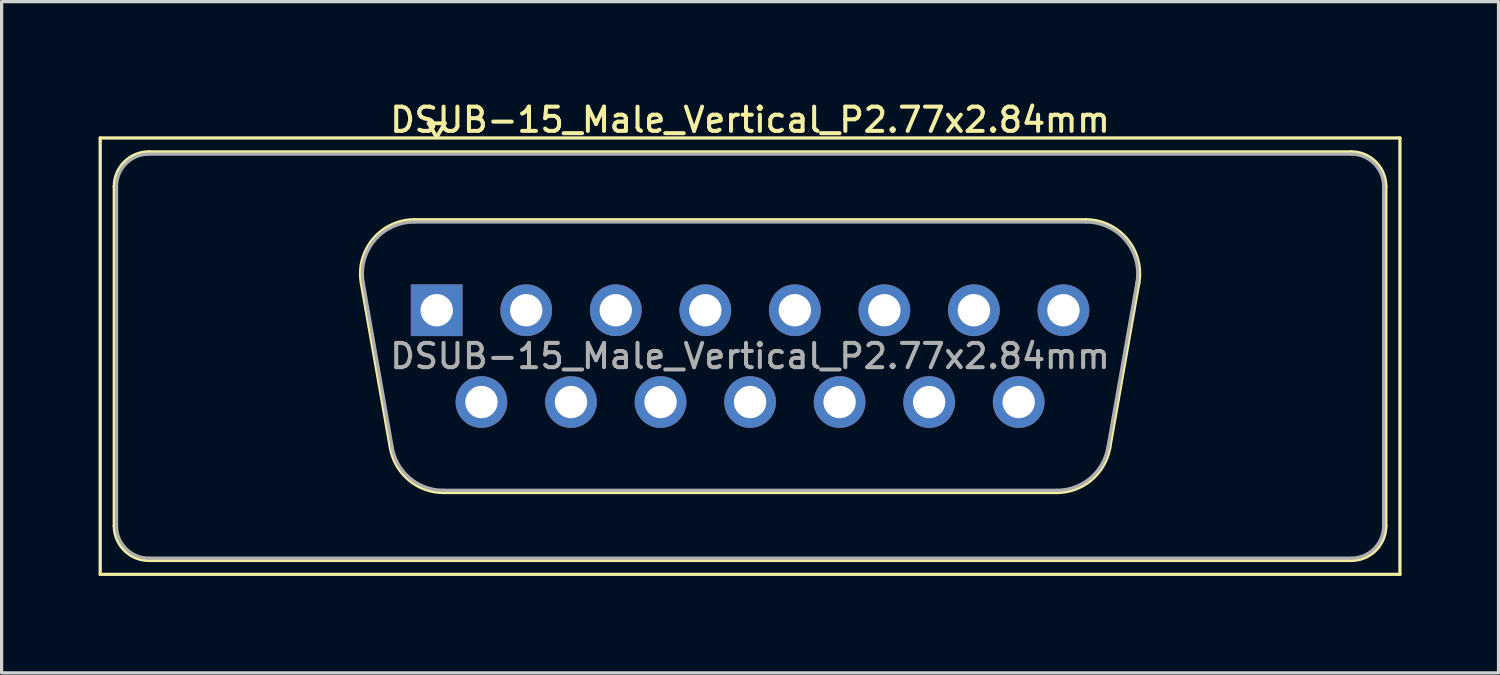
<source format=kicad_pcb>
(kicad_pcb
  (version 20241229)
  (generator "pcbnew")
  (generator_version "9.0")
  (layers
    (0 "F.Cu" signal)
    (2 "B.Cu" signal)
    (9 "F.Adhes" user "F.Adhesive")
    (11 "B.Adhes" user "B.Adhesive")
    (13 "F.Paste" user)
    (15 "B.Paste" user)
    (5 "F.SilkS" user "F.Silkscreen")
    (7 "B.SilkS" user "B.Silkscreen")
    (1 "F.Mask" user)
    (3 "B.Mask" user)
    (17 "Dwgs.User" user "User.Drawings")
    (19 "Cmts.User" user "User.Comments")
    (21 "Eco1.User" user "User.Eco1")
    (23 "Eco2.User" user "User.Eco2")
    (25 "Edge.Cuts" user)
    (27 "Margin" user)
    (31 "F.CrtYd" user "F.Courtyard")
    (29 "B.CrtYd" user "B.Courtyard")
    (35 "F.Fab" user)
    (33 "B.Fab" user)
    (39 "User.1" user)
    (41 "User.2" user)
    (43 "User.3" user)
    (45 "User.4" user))
  (footprint "DSUB-15_Male_Vertical_P2.77x2.84mm"
    (layer "F.Cu")
    (at 10.46 6.548)
    (property "Reference" "DSUB-15_Male_Vertical_P2.77x2.84mm" (at 9.695 -5.89 0) (layer "F.SilkS") (effects (font (size 0.75 0.75) (thickness 0.125))))
    (attr through_hole)
    (fp_line (start -10.41 -5.33) (end -10.41 8.17) (stroke (width 0.1) (type solid)) (layer "F.SilkS"))
    (fp_line (start -10.41 8.17) (end 29.8 8.17) (stroke (width 0.1) (type solid)) (layer "F.SilkS"))
    (fp_line (start -9.965 6.67) (end -9.965 -3.83) (stroke (width 0.12) (type solid)) (layer "F.SilkS"))
    (fp_line (start -8.905 -4.89) (end 28.295 -4.89) (stroke (width 0.12) (type solid)) (layer "F.SilkS"))
    (fp_line (start -2.321 -0.842) (end -1.422 4.258) (stroke (width 0.12) (type solid)) (layer "F.SilkS"))
    (fp_line (start -0.687 -2.79) (end 20.077 -2.79) (stroke (width 0.12) (type solid)) (layer "F.SilkS"))
    (fp_line (start -0.25 -5.784) (end 0.25 -5.784) (stroke (width 0.12) (type solid)) (layer "F.SilkS"))
    (fp_line (start 0 -5.351) (end -0.25 -5.784) (stroke (width 0.12) (type solid)) (layer "F.SilkS"))
    (fp_line (start 0.213 5.63) (end 19.177 5.63) (stroke (width 0.12) (type solid)) (layer "F.SilkS"))
    (fp_line (start 0.25 -5.784) (end 0 -5.351) (stroke (width 0.12) (type solid)) (layer "F.SilkS"))
    (fp_line (start 21.711 -0.842) (end 20.812 4.258) (stroke (width 0.12) (type solid)) (layer "F.SilkS"))
    (fp_line (start 28.295 7.73) (end -8.905 7.73) (stroke (width 0.12) (type solid)) (layer "F.SilkS"))
    (fp_line (start 29.355 -3.83) (end 29.355 6.67) (stroke (width 0.12) (type solid)) (layer "F.SilkS"))
    (fp_line (start 29.8 -5.33) (end -10.41 -5.33) (stroke (width 0.1) (type solid)) (layer "F.SilkS"))
    (fp_line (start 29.8 8.17) (end 29.8 -5.33) (stroke (width 0.1) (type solid)) (layer "F.SilkS"))
    (fp_arc (start -9.965 -3.83) (mid -9.654533 -4.579533) (end -8.905 -4.89) (stroke (width 0.12) (type solid)) (layer "F.SilkS"))
    (fp_arc (start -8.905 7.73) (mid -9.654533 7.419533) (end -9.965 6.67) (stroke (width 0.12) (type solid)) (layer "F.SilkS"))
    (fp_arc (start -2.32147 -0.841744) (mid -1.958323 -2.197027) (end -0.686689 -2.79) (stroke (width 0.12) (type solid)) (layer "F.SilkS"))
    (fp_arc (start 0.212579 5.63) (mid -0.854449 5.241634) (end -1.422202 4.258256) (stroke (width 0.12) (type solid)) (layer "F.SilkS"))
    (fp_arc (start 20.076689 -2.79) (mid 21.348323 -2.197027) (end 21.71147 -0.841744) (stroke (width 0.12) (type solid)) (layer "F.SilkS"))
    (fp_arc (start 20.812202 4.258256) (mid 20.244449 5.241634) (end 19.177421 5.63) (stroke (width 0.12) (type solid)) (layer "F.SilkS"))
    (fp_arc (start 28.295 -4.89) (mid 29.044533 -4.579533) (end 29.355 -3.83) (stroke (width 0.12) (type solid)) (layer "F.SilkS"))
    (fp_arc (start 29.355 6.67) (mid 29.044533 7.419533) (end 28.295 7.73) (stroke (width 0.12) (type solid)) (layer "F.SilkS"))
    (fp_line (start -9.905 6.67) (end -9.905 -3.83) (stroke (width 0.1) (type solid)) (layer "F.Fab"))
    (fp_line (start -8.905 -4.83) (end 28.295 -4.83) (stroke (width 0.1) (type solid)) (layer "F.Fab"))
    (fp_line (start -2.274 -0.852) (end -1.375 4.248) (stroke (width 0.1) (type solid)) (layer "F.Fab"))
    (fp_line (start -0.698 -2.73) (end 20.088 -2.73) (stroke (width 0.1) (type solid)) (layer "F.Fab"))
    (fp_line (start 0.201 5.57) (end 19.189 5.57) (stroke (width 0.1) (type solid)) (layer "F.Fab"))
    (fp_line (start 21.664 -0.852) (end 20.765 4.248) (stroke (width 0.1) (type solid)) (layer "F.Fab"))
    (fp_line (start 28.295 7.67) (end -8.905 7.67) (stroke (width 0.1) (type solid)) (layer "F.Fab"))
    (fp_line (start 29.295 -3.83) (end 29.295 6.67) (stroke (width 0.1) (type solid)) (layer "F.Fab"))
    (fp_arc (start -9.905 -3.83) (mid -9.612107 -4.537107) (end -8.905 -4.83) (stroke (width 0.1) (type solid)) (layer "F.Fab"))
    (fp_arc (start -8.905 7.67) (mid -9.612107 7.377107) (end -9.905 6.67) (stroke (width 0.1) (type solid)) (layer "F.Fab"))
    (fp_arc (start -2.273887 -0.852163) (mid -1.923865 -2.15846) (end -0.698194 -2.73) (stroke (width 0.1) (type solid)) (layer "F.Fab"))
    (fp_arc (start 0.201073 5.57) (mid -0.827387 5.195671) (end -1.374619 4.247837) (stroke (width 0.1) (type solid)) (layer "F.Fab"))
    (fp_arc (start 20.088194 -2.73) (mid 21.313865 -2.15846) (end 21.663887 -0.852163) (stroke (width 0.1) (type solid)) (layer "F.Fab"))
    (fp_arc (start 20.764619 4.247837) (mid 20.217387 5.195671) (end 19.188927 5.57) (stroke (width 0.1) (type solid)) (layer "F.Fab"))
    (fp_arc (start 28.295 -4.83) (mid 29.002107 -4.537107) (end 29.295 -3.83) (stroke (width 0.1) (type solid)) (layer "F.Fab"))
    (fp_arc (start 29.295 6.67) (mid 29.002107 7.377107) (end 28.295 7.67) (stroke (width 0.1) (type solid)) (layer "F.Fab"))
    (fp_text user "${REFERENCE}" (at 9.695 1.42 0) (layer "F.Fab") (effects (font (size 0.75 0.75) (thickness 0.125))))
    (pad "1" thru_hole rect (at 0 0) (size 1.6 1.6) (drill 1) (layers "*.Cu" "*.Mask"))
    (pad "2" thru_hole circle (at 2.77 0) (size 1.6 1.6) (drill 1) (layers "*.Cu" "*.Mask"))
    (pad "3" thru_hole circle (at 5.54 0) (size 1.6 1.6) (drill 1) (layers "*.Cu" "*.Mask"))
    (pad "4" thru_hole circle (at 8.31 0) (size 1.6 1.6) (drill 1) (layers "*.Cu" "*.Mask"))
    (pad "5" thru_hole circle (at 11.08 0) (size 1.6 1.6) (drill 1) (layers "*.Cu" "*.Mask"))
    (pad "6" thru_hole circle (at 13.85 0) (size 1.6 1.6) (drill 1) (layers "*.Cu" "*.Mask"))
    (pad "7" thru_hole circle (at 16.62 0) (size 1.6 1.6) (drill 1) (layers "*.Cu" "*.Mask"))
    (pad "8" thru_hole circle (at 19.39 0) (size 1.6 1.6) (drill 1) (layers "*.Cu" "*.Mask"))
    (pad "9" thru_hole circle (at 1.385 2.84) (size 1.6 1.6) (drill 1) (layers "*.Cu" "*.Mask"))
    (pad "10" thru_hole circle (at 4.155 2.84) (size 1.6 1.6) (drill 1) (layers "*.Cu" "*.Mask"))
    (pad "11" thru_hole circle (at 6.925 2.84) (size 1.6 1.6) (drill 1) (layers "*.Cu" "*.Mask"))
    (pad "12" thru_hole circle (at 9.695 2.84) (size 1.6 1.6) (drill 1) (layers "*.Cu" "*.Mask"))
    (pad "13" thru_hole circle (at 12.465 2.84) (size 1.6 1.6) (drill 1) (layers "*.Cu" "*.Mask"))
    (pad "14" thru_hole circle (at 15.235 2.84) (size 1.6 1.6) (drill 1) (layers "*.Cu" "*.Mask"))
    (pad "15" thru_hole circle (at 18.005 2.84) (size 1.6 1.6) (drill 1) (layers "*.Cu" "*.Mask")))
  (gr_rect
    (start -3 -3)
    (end 43.31 17.768)
    (stroke (width 0.1) (type default))
    (fill no)
    (layer "Edge.Cuts")))
</source>
